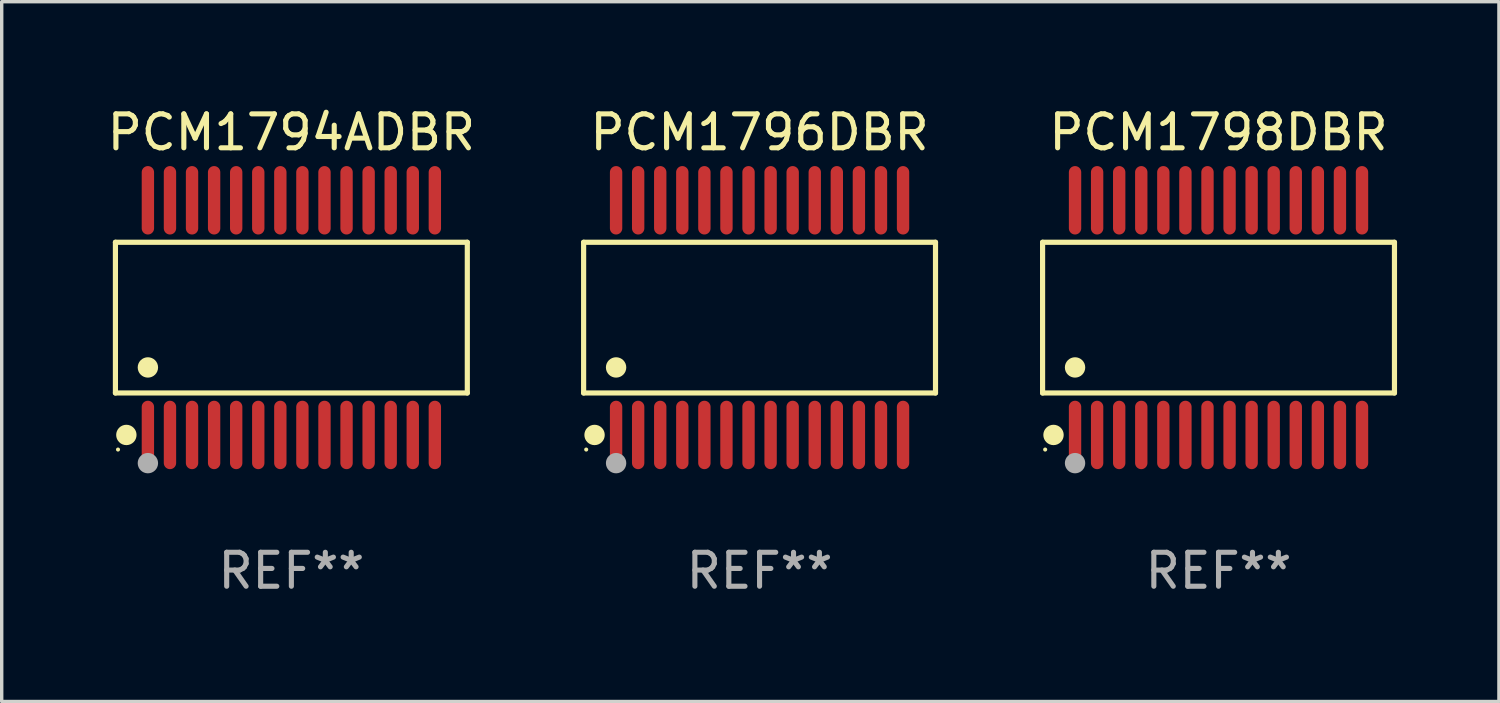
<source format=kicad_pcb>
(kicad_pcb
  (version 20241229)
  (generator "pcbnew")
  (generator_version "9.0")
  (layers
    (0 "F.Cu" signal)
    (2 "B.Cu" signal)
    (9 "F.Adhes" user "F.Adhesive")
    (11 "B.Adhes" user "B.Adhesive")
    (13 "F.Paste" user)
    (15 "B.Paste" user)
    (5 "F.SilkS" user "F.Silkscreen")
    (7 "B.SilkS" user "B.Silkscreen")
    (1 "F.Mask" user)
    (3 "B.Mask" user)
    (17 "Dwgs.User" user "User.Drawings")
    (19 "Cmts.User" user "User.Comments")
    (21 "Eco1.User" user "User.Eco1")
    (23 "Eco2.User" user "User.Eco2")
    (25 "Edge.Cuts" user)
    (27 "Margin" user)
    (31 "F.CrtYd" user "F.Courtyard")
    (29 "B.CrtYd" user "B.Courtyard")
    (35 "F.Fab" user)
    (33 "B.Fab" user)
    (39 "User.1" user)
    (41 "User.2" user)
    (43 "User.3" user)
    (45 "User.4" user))
  (footprint "PCM1798DBR"
    (layer "F.Cu")
    (at 32.832 6.303)
    (property "Reference" "PCM1798DBR" (at 0 -5.455 0) (layer "F.SilkS") (effects (font (size 1 1) (thickness 0.15))))
    (attr through_hole)
    (fp_line (start -5.181 -2.219) (end 5.181 -2.219) (stroke (width 0.152) (type solid)) (layer "F.SilkS"))
    (fp_line (start -5.181 2.219) (end -5.181 -2.219) (stroke (width 0.152) (type solid)) (layer "F.SilkS"))
    (fp_line (start 5.181 -2.219) (end 5.181 2.219) (stroke (width 0.152) (type solid)) (layer "F.SilkS"))
    (fp_line (start 5.181 2.219) (end -5.181 2.219) (stroke (width 0.152) (type solid)) (layer "F.SilkS"))
    (fp_circle (center -5.105 3.885) (end -5.075 3.885) (stroke (width 0.06) (type solid)) (fill no) (layer "F.SilkS"))
    (fp_circle (center -4.859 3.455) (end -4.709 3.455) (stroke (width 0.3) (type solid)) (fill no) (layer "F.SilkS"))
    (fp_circle (center -4.225 1.467) (end -4.075 1.467) (stroke (width 0.3) (type solid)) (fill no) (layer "F.SilkS"))
    (fp_circle (center -4.225 4.285) (end -4.075 4.285) (stroke (width 0.3) (type solid)) (fill no) (layer "F.Fab"))
    (fp_text user "REF**" (at 0 7.455 0) (layer "F.Fab") (effects (font (size 1 1) (thickness 0.15))))
    (pad "1" smd oval (at -4.225 3.455) (size 0.364 2.015) (layers "F.Cu" "F.Mask" "F.Paste"))
    (pad "2" smd oval (at -3.575 3.455) (size 0.364 2.015) (layers "F.Cu" "F.Mask" "F.Paste"))
    (pad "3" smd oval (at -2.925 3.455) (size 0.364 2.015) (layers "F.Cu" "F.Mask" "F.Paste"))
    (pad "4" smd oval (at -2.275 3.455) (size 0.364 2.015) (layers "F.Cu" "F.Mask" "F.Paste"))
    (pad "5" smd oval (at -1.625 3.455) (size 0.364 2.015) (layers "F.Cu" "F.Mask" "F.Paste"))
    (pad "6" smd oval (at -0.975 3.455) (size 0.364 2.015) (layers "F.Cu" "F.Mask" "F.Paste"))
    (pad "7" smd oval (at -0.325 3.455) (size 0.364 2.015) (layers "F.Cu" "F.Mask" "F.Paste"))
    (pad "8" smd oval (at 0.325 3.455) (size 0.364 2.015) (layers "F.Cu" "F.Mask" "F.Paste"))
    (pad "9" smd oval (at 0.975 3.455) (size 0.364 2.015) (layers "F.Cu" "F.Mask" "F.Paste"))
    (pad "10" smd oval (at 1.625 3.455) (size 0.364 2.015) (layers "F.Cu" "F.Mask" "F.Paste"))
    (pad "11" smd oval (at 2.275 3.455) (size 0.364 2.015) (layers "F.Cu" "F.Mask" "F.Paste"))
    (pad "12" smd oval (at 2.925 3.455) (size 0.364 2.015) (layers "F.Cu" "F.Mask" "F.Paste"))
    (pad "13" smd oval (at 3.575 3.455) (size 0.364 2.015) (layers "F.Cu" "F.Mask" "F.Paste"))
    (pad "14" smd oval (at 4.225 3.455) (size 0.364 2.015) (layers "F.Cu" "F.Mask" "F.Paste"))
    (pad "15" smd oval (at 4.225 -3.455) (size 0.364 2.015) (layers "F.Cu" "F.Mask" "F.Paste"))
    (pad "16" smd oval (at 3.575 -3.455) (size 0.364 2.015) (layers "F.Cu" "F.Mask" "F.Paste"))
    (pad "17" smd oval (at 2.925 -3.455) (size 0.364 2.015) (layers "F.Cu" "F.Mask" "F.Paste"))
    (pad "18" smd oval (at 2.275 -3.455) (size 0.364 2.015) (layers "F.Cu" "F.Mask" "F.Paste"))
    (pad "19" smd oval (at 1.625 -3.455) (size 0.364 2.015) (layers "F.Cu" "F.Mask" "F.Paste"))
    (pad "20" smd oval (at 0.975 -3.455) (size 0.364 2.015) (layers "F.Cu" "F.Mask" "F.Paste"))
    (pad "21" smd oval (at 0.325 -3.455) (size 0.364 2.015) (layers "F.Cu" "F.Mask" "F.Paste"))
    (pad "22" smd oval (at -0.325 -3.455) (size 0.364 2.015) (layers "F.Cu" "F.Mask" "F.Paste"))
    (pad "23" smd oval (at -0.975 -3.455) (size 0.364 2.015) (layers "F.Cu" "F.Mask" "F.Paste"))
    (pad "24" smd oval (at -1.625 -3.455) (size 0.364 2.015) (layers "F.Cu" "F.Mask" "F.Paste"))
    (pad "25" smd oval (at -2.275 -3.455) (size 0.364 2.015) (layers "F.Cu" "F.Mask" "F.Paste"))
    (pad "26" smd oval (at -2.925 -3.455) (size 0.364 2.015) (layers "F.Cu" "F.Mask" "F.Paste"))
    (pad "27" smd oval (at -3.575 -3.455) (size 0.364 2.015) (layers "F.Cu" "F.Mask" "F.Paste"))
    (pad "28" smd oval (at -4.225 -3.455) (size 0.364 2.015) (layers "F.Cu" "F.Mask" "F.Paste")))
  (footprint "PCM1794ADBR"
    (layer "F.Cu")
    (at 5.53 6.303)
    (property "Reference" "PCM1794ADBR" (at 0 -5.455 0) (layer "F.SilkS") (effects (font (size 1 1) (thickness 0.15))))
    (attr through_hole)
    (fp_line (start -5.181 -2.219) (end 5.181 -2.219) (stroke (width 0.152) (type solid)) (layer "F.SilkS"))
    (fp_line (start -5.181 2.219) (end -5.181 -2.219) (stroke (width 0.152) (type solid)) (layer "F.SilkS"))
    (fp_line (start 5.181 -2.219) (end 5.181 2.219) (stroke (width 0.152) (type solid)) (layer "F.SilkS"))
    (fp_line (start 5.181 2.219) (end -5.181 2.219) (stroke (width 0.152) (type solid)) (layer "F.SilkS"))
    (fp_circle (center -5.105 3.885) (end -5.075 3.885) (stroke (width 0.06) (type solid)) (fill no) (layer "F.SilkS"))
    (fp_circle (center -4.859 3.455) (end -4.709 3.455) (stroke (width 0.3) (type solid)) (fill no) (layer "F.SilkS"))
    (fp_circle (center -4.225 1.467) (end -4.075 1.467) (stroke (width 0.3) (type solid)) (fill no) (layer "F.SilkS"))
    (fp_circle (center -4.225 4.285) (end -4.075 4.285) (stroke (width 0.3) (type solid)) (fill no) (layer "F.Fab"))
    (fp_text user "REF**" (at 0 7.455 0) (layer "F.Fab") (effects (font (size 1 1) (thickness 0.15))))
    (pad "1" smd oval (at -4.225 3.455) (size 0.364 2.015) (layers "F.Cu" "F.Mask" "F.Paste"))
    (pad "2" smd oval (at -3.575 3.455) (size 0.364 2.015) (layers "F.Cu" "F.Mask" "F.Paste"))
    (pad "3" smd oval (at -2.925 3.455) (size 0.364 2.015) (layers "F.Cu" "F.Mask" "F.Paste"))
    (pad "4" smd oval (at -2.275 3.455) (size 0.364 2.015) (layers "F.Cu" "F.Mask" "F.Paste"))
    (pad "5" smd oval (at -1.625 3.455) (size 0.364 2.015) (layers "F.Cu" "F.Mask" "F.Paste"))
    (pad "6" smd oval (at -0.975 3.455) (size 0.364 2.015) (layers "F.Cu" "F.Mask" "F.Paste"))
    (pad "7" smd oval (at -0.325 3.455) (size 0.364 2.015) (layers "F.Cu" "F.Mask" "F.Paste"))
    (pad "8" smd oval (at 0.325 3.455) (size 0.364 2.015) (layers "F.Cu" "F.Mask" "F.Paste"))
    (pad "9" smd oval (at 0.975 3.455) (size 0.364 2.015) (layers "F.Cu" "F.Mask" "F.Paste"))
    (pad "10" smd oval (at 1.625 3.455) (size 0.364 2.015) (layers "F.Cu" "F.Mask" "F.Paste"))
    (pad "11" smd oval (at 2.275 3.455) (size 0.364 2.015) (layers "F.Cu" "F.Mask" "F.Paste"))
    (pad "12" smd oval (at 2.925 3.455) (size 0.364 2.015) (layers "F.Cu" "F.Mask" "F.Paste"))
    (pad "13" smd oval (at 3.575 3.455) (size 0.364 2.015) (layers "F.Cu" "F.Mask" "F.Paste"))
    (pad "14" smd oval (at 4.225 3.455) (size 0.364 2.015) (layers "F.Cu" "F.Mask" "F.Paste"))
    (pad "15" smd oval (at 4.225 -3.455) (size 0.364 2.015) (layers "F.Cu" "F.Mask" "F.Paste"))
    (pad "16" smd oval (at 3.575 -3.455) (size 0.364 2.015) (layers "F.Cu" "F.Mask" "F.Paste"))
    (pad "17" smd oval (at 2.925 -3.455) (size 0.364 2.015) (layers "F.Cu" "F.Mask" "F.Paste"))
    (pad "18" smd oval (at 2.275 -3.455) (size 0.364 2.015) (layers "F.Cu" "F.Mask" "F.Paste"))
    (pad "19" smd oval (at 1.625 -3.455) (size 0.364 2.015) (layers "F.Cu" "F.Mask" "F.Paste"))
    (pad "20" smd oval (at 0.975 -3.455) (size 0.364 2.015) (layers "F.Cu" "F.Mask" "F.Paste"))
    (pad "21" smd oval (at 0.325 -3.455) (size 0.364 2.015) (layers "F.Cu" "F.Mask" "F.Paste"))
    (pad "22" smd oval (at -0.325 -3.455) (size 0.364 2.015) (layers "F.Cu" "F.Mask" "F.Paste"))
    (pad "23" smd oval (at -0.975 -3.455) (size 0.364 2.015) (layers "F.Cu" "F.Mask" "F.Paste"))
    (pad "24" smd oval (at -1.625 -3.455) (size 0.364 2.015) (layers "F.Cu" "F.Mask" "F.Paste"))
    (pad "25" smd oval (at -2.275 -3.455) (size 0.364 2.015) (layers "F.Cu" "F.Mask" "F.Paste"))
    (pad "26" smd oval (at -2.925 -3.455) (size 0.364 2.015) (layers "F.Cu" "F.Mask" "F.Paste"))
    (pad "27" smd oval (at -3.575 -3.455) (size 0.364 2.015) (layers "F.Cu" "F.Mask" "F.Paste"))
    (pad "28" smd oval (at -4.225 -3.455) (size 0.364 2.015) (layers "F.Cu" "F.Mask" "F.Paste")))
  (footprint "PCM1796DBR"
    (layer "F.Cu")
    (at 19.317 6.303)
    (property "Reference" "PCM1796DBR" (at 0 -5.455 0) (layer "F.SilkS") (effects (font (size 1 1) (thickness 0.15))))
    (attr through_hole)
    (fp_line (start -5.181 -2.219) (end 5.181 -2.219) (stroke (width 0.152) (type solid)) (layer "F.SilkS"))
    (fp_line (start -5.181 2.219) (end -5.181 -2.219) (stroke (width 0.152) (type solid)) (layer "F.SilkS"))
    (fp_line (start 5.181 -2.219) (end 5.181 2.219) (stroke (width 0.152) (type solid)) (layer "F.SilkS"))
    (fp_line (start 5.181 2.219) (end -5.181 2.219) (stroke (width 0.152) (type solid)) (layer "F.SilkS"))
    (fp_circle (center -5.105 3.885) (end -5.075 3.885) (stroke (width 0.06) (type solid)) (fill no) (layer "F.SilkS"))
    (fp_circle (center -4.859 3.455) (end -4.709 3.455) (stroke (width 0.3) (type solid)) (fill no) (layer "F.SilkS"))
    (fp_circle (center -4.225 1.467) (end -4.075 1.467) (stroke (width 0.3) (type solid)) (fill no) (layer "F.SilkS"))
    (fp_circle (center -4.225 4.285) (end -4.075 4.285) (stroke (width 0.3) (type solid)) (fill no) (layer "F.Fab"))
    (fp_text user "REF**" (at 0 7.455 0) (layer "F.Fab") (effects (font (size 1 1) (thickness 0.15))))
    (pad "1" smd oval (at -4.225 3.455) (size 0.364 2.015) (layers "F.Cu" "F.Mask" "F.Paste"))
    (pad "2" smd oval (at -3.575 3.455) (size 0.364 2.015) (layers "F.Cu" "F.Mask" "F.Paste"))
    (pad "3" smd oval (at -2.925 3.455) (size 0.364 2.015) (layers "F.Cu" "F.Mask" "F.Paste"))
    (pad "4" smd oval (at -2.275 3.455) (size 0.364 2.015) (layers "F.Cu" "F.Mask" "F.Paste"))
    (pad "5" smd oval (at -1.625 3.455) (size 0.364 2.015) (layers "F.Cu" "F.Mask" "F.Paste"))
    (pad "6" smd oval (at -0.975 3.455) (size 0.364 2.015) (layers "F.Cu" "F.Mask" "F.Paste"))
    (pad "7" smd oval (at -0.325 3.455) (size 0.364 2.015) (layers "F.Cu" "F.Mask" "F.Paste"))
    (pad "8" smd oval (at 0.325 3.455) (size 0.364 2.015) (layers "F.Cu" "F.Mask" "F.Paste"))
    (pad "9" smd oval (at 0.975 3.455) (size 0.364 2.015) (layers "F.Cu" "F.Mask" "F.Paste"))
    (pad "10" smd oval (at 1.625 3.455) (size 0.364 2.015) (layers "F.Cu" "F.Mask" "F.Paste"))
    (pad "11" smd oval (at 2.275 3.455) (size 0.364 2.015) (layers "F.Cu" "F.Mask" "F.Paste"))
    (pad "12" smd oval (at 2.925 3.455) (size 0.364 2.015) (layers "F.Cu" "F.Mask" "F.Paste"))
    (pad "13" smd oval (at 3.575 3.455) (size 0.364 2.015) (layers "F.Cu" "F.Mask" "F.Paste"))
    (pad "14" smd oval (at 4.225 3.455) (size 0.364 2.015) (layers "F.Cu" "F.Mask" "F.Paste"))
    (pad "15" smd oval (at 4.225 -3.455) (size 0.364 2.015) (layers "F.Cu" "F.Mask" "F.Paste"))
    (pad "16" smd oval (at 3.575 -3.455) (size 0.364 2.015) (layers "F.Cu" "F.Mask" "F.Paste"))
    (pad "17" smd oval (at 2.925 -3.455) (size 0.364 2.015) (layers "F.Cu" "F.Mask" "F.Paste"))
    (pad "18" smd oval (at 2.275 -3.455) (size 0.364 2.015) (layers "F.Cu" "F.Mask" "F.Paste"))
    (pad "19" smd oval (at 1.625 -3.455) (size 0.364 2.015) (layers "F.Cu" "F.Mask" "F.Paste"))
    (pad "20" smd oval (at 0.975 -3.455) (size 0.364 2.015) (layers "F.Cu" "F.Mask" "F.Paste"))
    (pad "21" smd oval (at 0.325 -3.455) (size 0.364 2.015) (layers "F.Cu" "F.Mask" "F.Paste"))
    (pad "22" smd oval (at -0.325 -3.455) (size 0.364 2.015) (layers "F.Cu" "F.Mask" "F.Paste"))
    (pad "23" smd oval (at -0.975 -3.455) (size 0.364 2.015) (layers "F.Cu" "F.Mask" "F.Paste"))
    (pad "24" smd oval (at -1.625 -3.455) (size 0.364 2.015) (layers "F.Cu" "F.Mask" "F.Paste"))
    (pad "25" smd oval (at -2.275 -3.455) (size 0.364 2.015) (layers "F.Cu" "F.Mask" "F.Paste"))
    (pad "26" smd oval (at -2.925 -3.455) (size 0.364 2.015) (layers "F.Cu" "F.Mask" "F.Paste"))
    (pad "27" smd oval (at -3.575 -3.455) (size 0.364 2.015) (layers "F.Cu" "F.Mask" "F.Paste"))
    (pad "28" smd oval (at -4.225 -3.455) (size 0.364 2.015) (layers "F.Cu" "F.Mask" "F.Paste")))
  (gr_rect
    (start -3 -3)
    (end 41.089 17.607)
    (stroke (width 0.1) (type default))
    (fill no)
    (layer "Edge.Cuts")))
</source>
